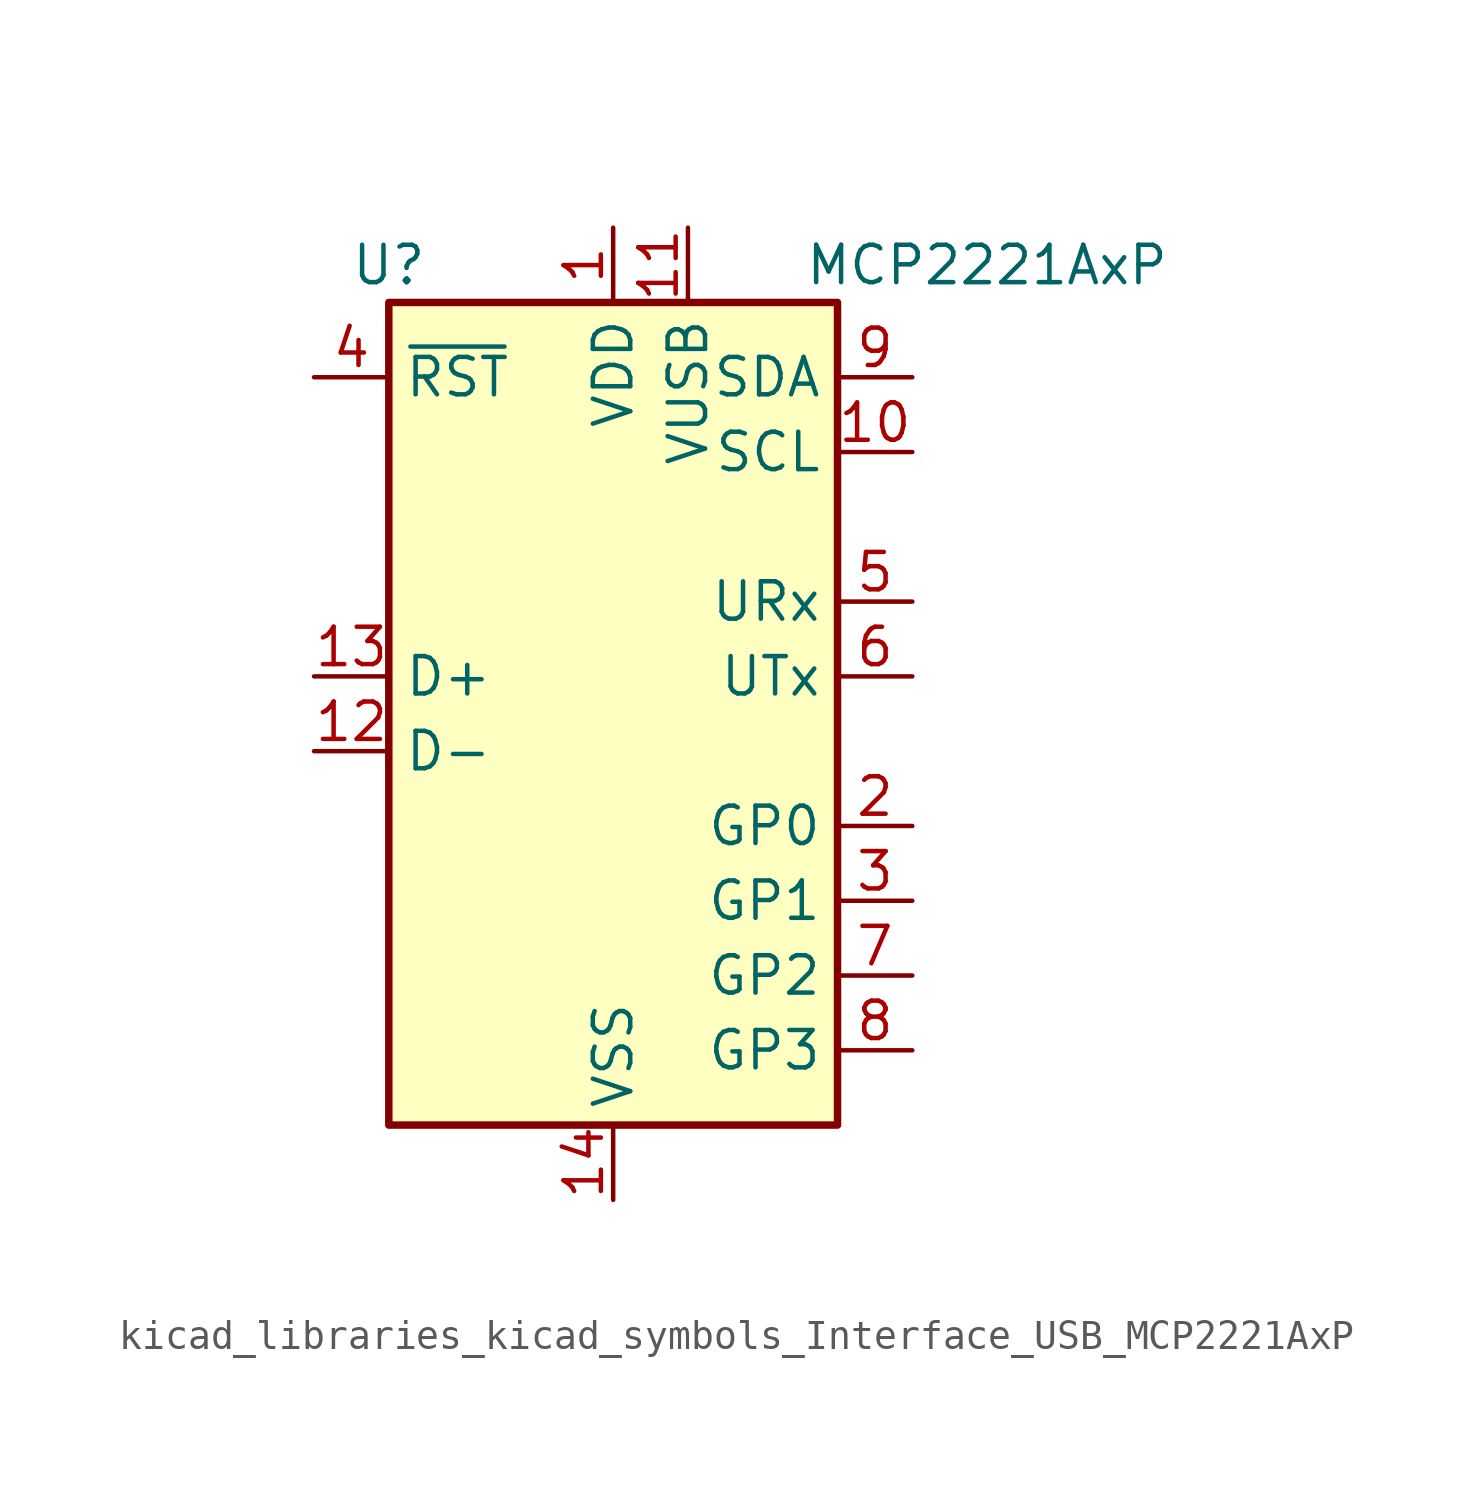
<source format=kicad_sym>
(kicad_symbol_lib
  (version 20220914)
  (generator kicad_symbol_editor)
  (symbol "kicad_libraries_kicad_symbols_Interface_USB_MCP2221AxP"
    (property "Reference" "U"
      (at -7.62 16.51 0)
      (effects (font (size 1.27 1.27))))
    (property "Value" "MCP2221AxP"
      (at 12.7 16.51 0)
      (effects (font (size 1.27 1.27))))
    (symbol "kicad_libraries_kicad_symbols_Interface_USB_MCP2221AxP_0_1"
      (rectangle (start -7.62 15.24) (end 7.62 -12.7) (stroke (width 0.254) (type default)) (fill (type background))))
    (symbol "kicad_libraries_kicad_symbols_Interface_USB_MCP2221AxP_1_1"
      (pin power_in line (at 0 17.78 270) (length 2.54) (name "VDD" (effects (font (size 1.27 1.27)))) (number "1" (effects (font (size 1.27 1.27)))))
      (pin bidirectional line (at 10.16 10.16 180) (length 2.54) (name "SCL" (effects (font (size 1.27 1.27)))) (number "10" (effects (font (size 1.27 1.27)))))
      (pin passive line (at 2.54 17.78 270) (length 2.54) (name "VUSB" (effects (font (size 1.27 1.27)))) (number "11" (effects (font (size 1.27 1.27)))))
      (pin bidirectional line (at -10.16 0 0) (length 2.54) (name "D-" (effects (font (size 1.27 1.27)))) (number "12" (effects (font (size 1.27 1.27)))))
      (pin bidirectional line (at -10.16 2.54 0) (length 2.54) (name "D+" (effects (font (size 1.27 1.27)))) (number "13" (effects (font (size 1.27 1.27)))))
      (pin power_in line (at 0 -15.24 90) (length 2.54) (name "VSS" (effects (font (size 1.27 1.27)))) (number "14" (effects (font (size 1.27 1.27)))))
      (pin bidirectional line (at 10.16 -2.54 180) (length 2.54) (name "GP0" (effects (font (size 1.27 1.27)))) (number "2" (effects (font (size 1.27 1.27)))))
      (pin bidirectional line (at 10.16 -5.08 180) (length 2.54) (name "GP1" (effects (font (size 1.27 1.27)))) (number "3" (effects (font (size 1.27 1.27)))))
      (pin input line (at -10.16 12.7 0) (length 2.54) (name "~{RST}" (effects (font (size 1.27 1.27)))) (number "4" (effects (font (size 1.27 1.27)))))
      (pin input line (at 10.16 5.08 180) (length 2.54) (name "URx" (effects (font (size 1.27 1.27)))) (number "5" (effects (font (size 1.27 1.27)))))
      (pin output line (at 10.16 2.54 180) (length 2.54) (name "UTx" (effects (font (size 1.27 1.27)))) (number "6" (effects (font (size 1.27 1.27)))))
      (pin bidirectional line (at 10.16 -7.62 180) (length 2.54) (name "GP2" (effects (font (size 1.27 1.27)))) (number "7" (effects (font (size 1.27 1.27)))))
      (pin bidirectional line (at 10.16 -10.16 180) (length 2.54) (name "GP3" (effects (font (size 1.27 1.27)))) (number "8" (effects (font (size 1.27 1.27)))))
      (pin bidirectional line (at 10.16 12.7 180) (length 2.54) (name "SDA" (effects (font (size 1.27 1.27)))) (number "9" (effects (font (size 1.27 1.27))))))))
</source>
